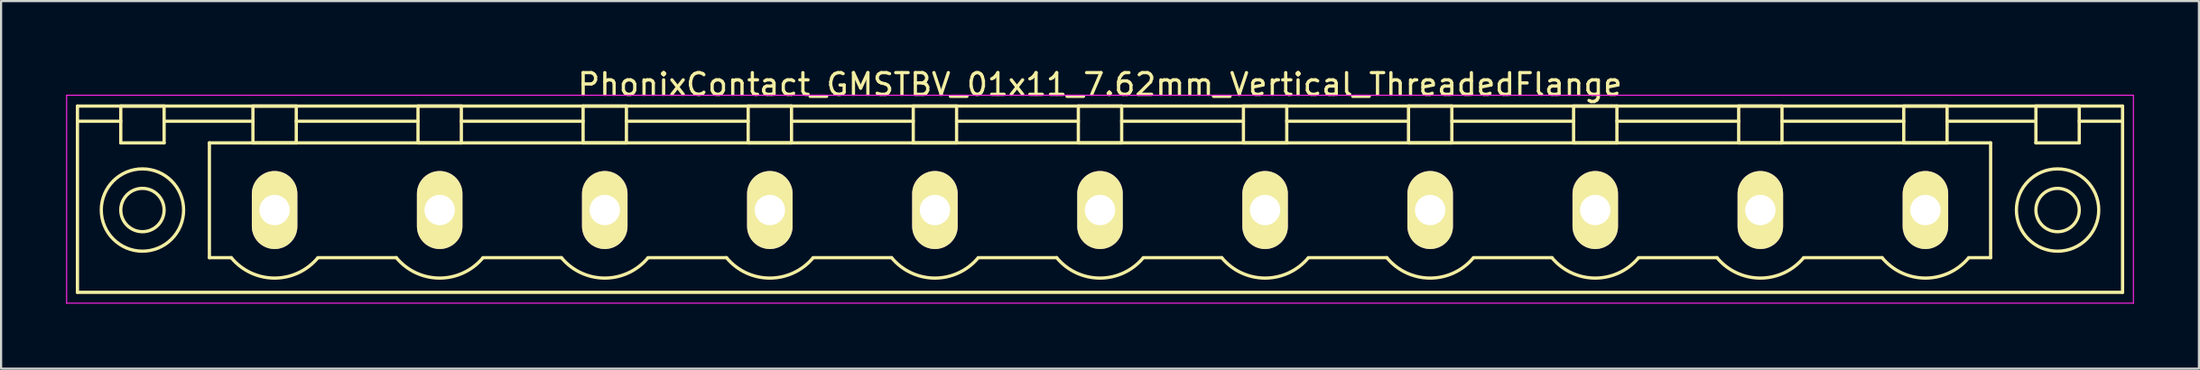
<source format=kicad_pcb>
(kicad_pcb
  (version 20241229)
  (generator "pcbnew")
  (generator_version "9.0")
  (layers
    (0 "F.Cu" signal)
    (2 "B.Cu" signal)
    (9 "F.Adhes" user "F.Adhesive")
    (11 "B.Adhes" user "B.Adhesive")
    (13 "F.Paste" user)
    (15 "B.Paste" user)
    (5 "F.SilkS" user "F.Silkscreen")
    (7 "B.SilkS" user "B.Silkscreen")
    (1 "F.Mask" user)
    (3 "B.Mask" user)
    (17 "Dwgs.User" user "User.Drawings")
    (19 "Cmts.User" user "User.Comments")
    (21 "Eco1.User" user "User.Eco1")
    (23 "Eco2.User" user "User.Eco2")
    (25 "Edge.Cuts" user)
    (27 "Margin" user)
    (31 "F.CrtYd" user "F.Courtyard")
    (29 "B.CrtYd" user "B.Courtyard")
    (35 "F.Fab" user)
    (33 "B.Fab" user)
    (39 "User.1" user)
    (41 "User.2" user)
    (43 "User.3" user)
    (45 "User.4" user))
  (footprint "PhonixContact_GMSTBV_01x11_7.62mm_Vertical_ThreadedFlange"
    (layer "F.Cu")
    (at 9.625 6.648)
    (property "Reference" "PhonixContact_GMSTBV_01x11_7.62mm_Vertical_ThreadedFlange" (at 38.1 -5.8 0) (layer "F.SilkS") (effects (font (size 1 1) (thickness 0.15))))
    (attr through_hole)
    (fp_line (start -9.1 -4.8) (end -9.1 3.8) (stroke (width 0.15) (type solid)) (layer "F.SilkS"))
    (fp_line (start -9.1 -4.1) (end -7.1 -4.1) (stroke (width 0.15) (type solid)) (layer "F.SilkS"))
    (fp_line (start -9.1 3.8) (end 85.3 3.8) (stroke (width 0.15) (type solid)) (layer "F.SilkS"))
    (fp_line (start -7.1 -4.8) (end -5.1 -4.8) (stroke (width 0.15) (type solid)) (layer "F.SilkS"))
    (fp_line (start -7.1 -3.1) (end -7.1 -4.8) (stroke (width 0.15) (type solid)) (layer "F.SilkS"))
    (fp_line (start -5.1 -4.8) (end -5.1 -3.1) (stroke (width 0.15) (type solid)) (layer "F.SilkS"))
    (fp_line (start -5.1 -4.1) (end -1 -4.1) (stroke (width 0.15) (type solid)) (layer "F.SilkS"))
    (fp_line (start -5.1 -3.1) (end -7.1 -3.1) (stroke (width 0.15) (type solid)) (layer "F.SilkS"))
    (fp_line (start -3.01 -3.1) (end 79.21 -3.1) (stroke (width 0.15) (type solid)) (layer "F.SilkS"))
    (fp_line (start -3.01 2.2) (end -3.01 -3.1) (stroke (width 0.15) (type solid)) (layer "F.SilkS"))
    (fp_line (start -2 2.2) (end -3.01 2.2) (stroke (width 0.15) (type solid)) (layer "F.SilkS"))
    (fp_line (start -1 -4.8) (end 1 -4.8) (stroke (width 0.15) (type solid)) (layer "F.SilkS"))
    (fp_line (start -1 -3.1) (end -1 -4.8) (stroke (width 0.15) (type solid)) (layer "F.SilkS"))
    (fp_line (start 1 -4.8) (end 1 -3.1) (stroke (width 0.15) (type solid)) (layer "F.SilkS"))
    (fp_line (start 1 -4.1) (end 6.62 -4.1) (stroke (width 0.15) (type solid)) (layer "F.SilkS"))
    (fp_line (start 1 -3.1) (end -1 -3.1) (stroke (width 0.15) (type solid)) (layer "F.SilkS"))
    (fp_line (start 2 2.2) (end 5.62 2.2) (stroke (width 0.15) (type solid)) (layer "F.SilkS"))
    (fp_line (start 6.62 -4.8) (end 8.62 -4.8) (stroke (width 0.15) (type solid)) (layer "F.SilkS"))
    (fp_line (start 6.62 -3.1) (end 6.62 -4.8) (stroke (width 0.15) (type solid)) (layer "F.SilkS"))
    (fp_line (start 8.62 -4.8) (end 8.62 -3.1) (stroke (width 0.15) (type solid)) (layer "F.SilkS"))
    (fp_line (start 8.62 -4.1) (end 14.24 -4.1) (stroke (width 0.15) (type solid)) (layer "F.SilkS"))
    (fp_line (start 8.62 -3.1) (end 6.62 -3.1) (stroke (width 0.15) (type solid)) (layer "F.SilkS"))
    (fp_line (start 9.62 2.2) (end 13.24 2.2) (stroke (width 0.15) (type solid)) (layer "F.SilkS"))
    (fp_line (start 14.24 -4.8) (end 16.24 -4.8) (stroke (width 0.15) (type solid)) (layer "F.SilkS"))
    (fp_line (start 14.24 -3.1) (end 14.24 -4.8) (stroke (width 0.15) (type solid)) (layer "F.SilkS"))
    (fp_line (start 16.24 -4.8) (end 16.24 -3.1) (stroke (width 0.15) (type solid)) (layer "F.SilkS"))
    (fp_line (start 16.24 -4.1) (end 21.86 -4.1) (stroke (width 0.15) (type solid)) (layer "F.SilkS"))
    (fp_line (start 16.24 -3.1) (end 14.24 -3.1) (stroke (width 0.15) (type solid)) (layer "F.SilkS"))
    (fp_line (start 17.24 2.2) (end 20.86 2.2) (stroke (width 0.15) (type solid)) (layer "F.SilkS"))
    (fp_line (start 21.86 -4.8) (end 23.86 -4.8) (stroke (width 0.15) (type solid)) (layer "F.SilkS"))
    (fp_line (start 21.86 -3.1) (end 21.86 -4.8) (stroke (width 0.15) (type solid)) (layer "F.SilkS"))
    (fp_line (start 23.86 -4.8) (end 23.86 -3.1) (stroke (width 0.15) (type solid)) (layer "F.SilkS"))
    (fp_line (start 23.86 -4.1) (end 29.48 -4.1) (stroke (width 0.15) (type solid)) (layer "F.SilkS"))
    (fp_line (start 23.86 -3.1) (end 21.86 -3.1) (stroke (width 0.15) (type solid)) (layer "F.SilkS"))
    (fp_line (start 24.86 2.2) (end 28.48 2.2) (stroke (width 0.15) (type solid)) (layer "F.SilkS"))
    (fp_line (start 29.48 -4.8) (end 31.48 -4.8) (stroke (width 0.15) (type solid)) (layer "F.SilkS"))
    (fp_line (start 29.48 -3.1) (end 29.48 -4.8) (stroke (width 0.15) (type solid)) (layer "F.SilkS"))
    (fp_line (start 31.48 -4.8) (end 31.48 -3.1) (stroke (width 0.15) (type solid)) (layer "F.SilkS"))
    (fp_line (start 31.48 -4.1) (end 37.1 -4.1) (stroke (width 0.15) (type solid)) (layer "F.SilkS"))
    (fp_line (start 31.48 -3.1) (end 29.48 -3.1) (stroke (width 0.15) (type solid)) (layer "F.SilkS"))
    (fp_line (start 32.48 2.2) (end 36.1 2.2) (stroke (width 0.15) (type solid)) (layer "F.SilkS"))
    (fp_line (start 37.1 -4.8) (end 39.1 -4.8) (stroke (width 0.15) (type solid)) (layer "F.SilkS"))
    (fp_line (start 37.1 -3.1) (end 37.1 -4.8) (stroke (width 0.15) (type solid)) (layer "F.SilkS"))
    (fp_line (start 39.1 -4.8) (end 39.1 -3.1) (stroke (width 0.15) (type solid)) (layer "F.SilkS"))
    (fp_line (start 39.1 -4.1) (end 44.72 -4.1) (stroke (width 0.15) (type solid)) (layer "F.SilkS"))
    (fp_line (start 39.1 -3.1) (end 37.1 -3.1) (stroke (width 0.15) (type solid)) (layer "F.SilkS"))
    (fp_line (start 40.1 2.2) (end 43.72 2.2) (stroke (width 0.15) (type solid)) (layer "F.SilkS"))
    (fp_line (start 44.72 -4.8) (end 46.72 -4.8) (stroke (width 0.15) (type solid)) (layer "F.SilkS"))
    (fp_line (start 44.72 -3.1) (end 44.72 -4.8) (stroke (width 0.15) (type solid)) (layer "F.SilkS"))
    (fp_line (start 46.72 -4.8) (end 46.72 -3.1) (stroke (width 0.15) (type solid)) (layer "F.SilkS"))
    (fp_line (start 46.72 -4.1) (end 52.34 -4.1) (stroke (width 0.15) (type solid)) (layer "F.SilkS"))
    (fp_line (start 46.72 -3.1) (end 44.72 -3.1) (stroke (width 0.15) (type solid)) (layer "F.SilkS"))
    (fp_line (start 47.72 2.2) (end 51.34 2.2) (stroke (width 0.15) (type solid)) (layer "F.SilkS"))
    (fp_line (start 52.34 -4.8) (end 54.34 -4.8) (stroke (width 0.15) (type solid)) (layer "F.SilkS"))
    (fp_line (start 52.34 -3.1) (end 52.34 -4.8) (stroke (width 0.15) (type solid)) (layer "F.SilkS"))
    (fp_line (start 54.34 -4.8) (end 54.34 -3.1) (stroke (width 0.15) (type solid)) (layer "F.SilkS"))
    (fp_line (start 54.34 -4.1) (end 59.96 -4.1) (stroke (width 0.15) (type solid)) (layer "F.SilkS"))
    (fp_line (start 54.34 -3.1) (end 52.34 -3.1) (stroke (width 0.15) (type solid)) (layer "F.SilkS"))
    (fp_line (start 55.34 2.2) (end 58.96 2.2) (stroke (width 0.15) (type solid)) (layer "F.SilkS"))
    (fp_line (start 59.96 -4.8) (end 61.96 -4.8) (stroke (width 0.15) (type solid)) (layer "F.SilkS"))
    (fp_line (start 59.96 -3.1) (end 59.96 -4.8) (stroke (width 0.15) (type solid)) (layer "F.SilkS"))
    (fp_line (start 61.96 -4.8) (end 61.96 -3.1) (stroke (width 0.15) (type solid)) (layer "F.SilkS"))
    (fp_line (start 61.96 -4.1) (end 67.58 -4.1) (stroke (width 0.15) (type solid)) (layer "F.SilkS"))
    (fp_line (start 61.96 -3.1) (end 59.96 -3.1) (stroke (width 0.15) (type solid)) (layer "F.SilkS"))
    (fp_line (start 62.96 2.2) (end 66.58 2.2) (stroke (width 0.15) (type solid)) (layer "F.SilkS"))
    (fp_line (start 67.58 -4.8) (end 69.58 -4.8) (stroke (width 0.15) (type solid)) (layer "F.SilkS"))
    (fp_line (start 67.58 -3.1) (end 67.58 -4.8) (stroke (width 0.15) (type solid)) (layer "F.SilkS"))
    (fp_line (start 69.58 -4.8) (end 69.58 -3.1) (stroke (width 0.15) (type solid)) (layer "F.SilkS"))
    (fp_line (start 69.58 -4.1) (end 75.2 -4.1) (stroke (width 0.15) (type solid)) (layer "F.SilkS"))
    (fp_line (start 69.58 -3.1) (end 67.58 -3.1) (stroke (width 0.15) (type solid)) (layer "F.SilkS"))
    (fp_line (start 70.58 2.2) (end 74.2 2.2) (stroke (width 0.15) (type solid)) (layer "F.SilkS"))
    (fp_line (start 75.2 -4.8) (end 77.2 -4.8) (stroke (width 0.15) (type solid)) (layer "F.SilkS"))
    (fp_line (start 75.2 -3.1) (end 75.2 -4.8) (stroke (width 0.15) (type solid)) (layer "F.SilkS"))
    (fp_line (start 77.2 -4.8) (end 77.2 -3.1) (stroke (width 0.15) (type solid)) (layer "F.SilkS"))
    (fp_line (start 77.2 -4.1) (end 81.3 -4.1) (stroke (width 0.15) (type solid)) (layer "F.SilkS"))
    (fp_line (start 77.2 -3.1) (end 75.2 -3.1) (stroke (width 0.15) (type solid)) (layer "F.SilkS"))
    (fp_line (start 79.21 -3.1) (end 79.21 2.2) (stroke (width 0.15) (type solid)) (layer "F.SilkS"))
    (fp_line (start 79.21 2.2) (end 78.2 2.2) (stroke (width 0.15) (type solid)) (layer "F.SilkS"))
    (fp_line (start 81.3 -4.8) (end 83.3 -4.8) (stroke (width 0.15) (type solid)) (layer "F.SilkS"))
    (fp_line (start 81.3 -3.1) (end 81.3 -4.8) (stroke (width 0.15) (type solid)) (layer "F.SilkS"))
    (fp_line (start 83.3 -4.8) (end 83.3 -3.1) (stroke (width 0.15) (type solid)) (layer "F.SilkS"))
    (fp_line (start 83.3 -3.1) (end 81.3 -3.1) (stroke (width 0.15) (type solid)) (layer "F.SilkS"))
    (fp_line (start 85.3 -4.8) (end -9.1 -4.8) (stroke (width 0.15) (type solid)) (layer "F.SilkS"))
    (fp_line (start 85.3 -4.1) (end 83.3 -4.1) (stroke (width 0.15) (type solid)) (layer "F.SilkS"))
    (fp_line (start 85.3 3.8) (end 85.3 -4.8) (stroke (width 0.15) (type solid)) (layer "F.SilkS"))
    (fp_arc (start 1.986842 2.215821) (mid -0.010289 3.142758) (end -2 2.2) (stroke (width 0.15) (type solid)) (layer "F.SilkS"))
    (fp_arc (start 9.606842 2.215821) (mid 7.609711 3.142758) (end 5.62 2.2) (stroke (width 0.15) (type solid)) (layer "F.SilkS"))
    (fp_arc (start 17.226842 2.215821) (mid 15.229711 3.142758) (end 13.24 2.2) (stroke (width 0.15) (type solid)) (layer "F.SilkS"))
    (fp_arc (start 24.846842 2.215821) (mid 22.849711 3.142758) (end 20.86 2.2) (stroke (width 0.15) (type solid)) (layer "F.SilkS"))
    (fp_arc (start 32.466842 2.215821) (mid 30.469711 3.142758) (end 28.48 2.2) (stroke (width 0.15) (type solid)) (layer "F.SilkS"))
    (fp_arc (start 40.086842 2.215821) (mid 38.089711 3.142758) (end 36.1 2.2) (stroke (width 0.15) (type solid)) (layer "F.SilkS"))
    (fp_arc (start 47.706842 2.215821) (mid 45.709711 3.142758) (end 43.72 2.2) (stroke (width 0.15) (type solid)) (layer "F.SilkS"))
    (fp_arc (start 55.326842 2.215821) (mid 53.329711 3.142758) (end 51.34 2.2) (stroke (width 0.15) (type solid)) (layer "F.SilkS"))
    (fp_arc (start 62.946842 2.215821) (mid 60.949711 3.142758) (end 58.96 2.2) (stroke (width 0.15) (type solid)) (layer "F.SilkS"))
    (fp_arc (start 70.566842 2.215821) (mid 68.569711 3.142758) (end 66.58 2.2) (stroke (width 0.15) (type solid)) (layer "F.SilkS"))
    (fp_arc (start 78.186842 2.215821) (mid 76.189711 3.142758) (end 74.2 2.2) (stroke (width 0.15) (type solid)) (layer "F.SilkS"))
    (fp_circle (center -6.1 0) (end -5.1 0) (stroke (width 0.15) (type solid)) (fill no) (layer "F.SilkS"))
    (fp_circle (center -6.1 0) (end -4.2 0) (stroke (width 0.15) (type solid)) (fill no) (layer "F.SilkS"))
    (fp_circle (center 82.3 0) (end 83.3 0) (stroke (width 0.15) (type solid)) (fill no) (layer "F.SilkS"))
    (fp_circle (center 82.3 0) (end 84.2 0) (stroke (width 0.15) (type solid)) (fill no) (layer "F.SilkS"))
    (fp_line (start -9.6 -5.3) (end -9.6 4.3) (stroke (width 0.05) (type solid)) (layer "F.CrtYd"))
    (fp_line (start -9.6 4.3) (end 85.8 4.3) (stroke (width 0.05) (type solid)) (layer "F.CrtYd"))
    (fp_line (start 85.8 -5.3) (end -9.6 -5.3) (stroke (width 0.05) (type solid)) (layer "F.CrtYd"))
    (fp_line (start 85.8 4.3) (end 85.8 -5.3) (stroke (width 0.05) (type solid)) (layer "F.CrtYd"))
    (pad "1" thru_hole oval (at 0 0) (size 2.1 3.6) (drill 1.4) (layers "*.Cu" "*.Mask" "F.SilkS"))
    (pad "2" thru_hole oval (at 7.62 0) (size 2.1 3.6) (drill 1.4) (layers "*.Cu" "*.Mask" "F.SilkS"))
    (pad "3" thru_hole oval (at 15.24 0) (size 2.1 3.6) (drill 1.4) (layers "*.Cu" "*.Mask" "F.SilkS"))
    (pad "4" thru_hole oval (at 22.86 0) (size 2.1 3.6) (drill 1.4) (layers "*.Cu" "*.Mask" "F.SilkS"))
    (pad "5" thru_hole oval (at 30.48 0) (size 2.1 3.6) (drill 1.4) (layers "*.Cu" "*.Mask" "F.SilkS"))
    (pad "6" thru_hole oval (at 38.1 0) (size 2.1 3.6) (drill 1.4) (layers "*.Cu" "*.Mask" "F.SilkS"))
    (pad "7" thru_hole oval (at 45.72 0) (size 2.1 3.6) (drill 1.4) (layers "*.Cu" "*.Mask" "F.SilkS"))
    (pad "8" thru_hole oval (at 53.34 0) (size 2.1 3.6) (drill 1.4) (layers "*.Cu" "*.Mask" "F.SilkS"))
    (pad "9" thru_hole oval (at 60.96 0) (size 2.1 3.6) (drill 1.4) (layers "*.Cu" "*.Mask" "F.SilkS"))
    (pad "10" thru_hole oval (at 68.58 0) (size 2.1 3.6) (drill 1.4) (layers "*.Cu" "*.Mask" "F.SilkS"))
    (pad "11" thru_hole oval (at 76.2 0) (size 2.1 3.6) (drill 1.4) (layers "*.Cu" "*.Mask" "F.SilkS")))
  (gr_rect
    (start -3 -3)
    (end 98.45 13.973)
    (stroke (width 0.1) (type default))
    (fill no)
    (layer "Edge.Cuts")))
</source>
